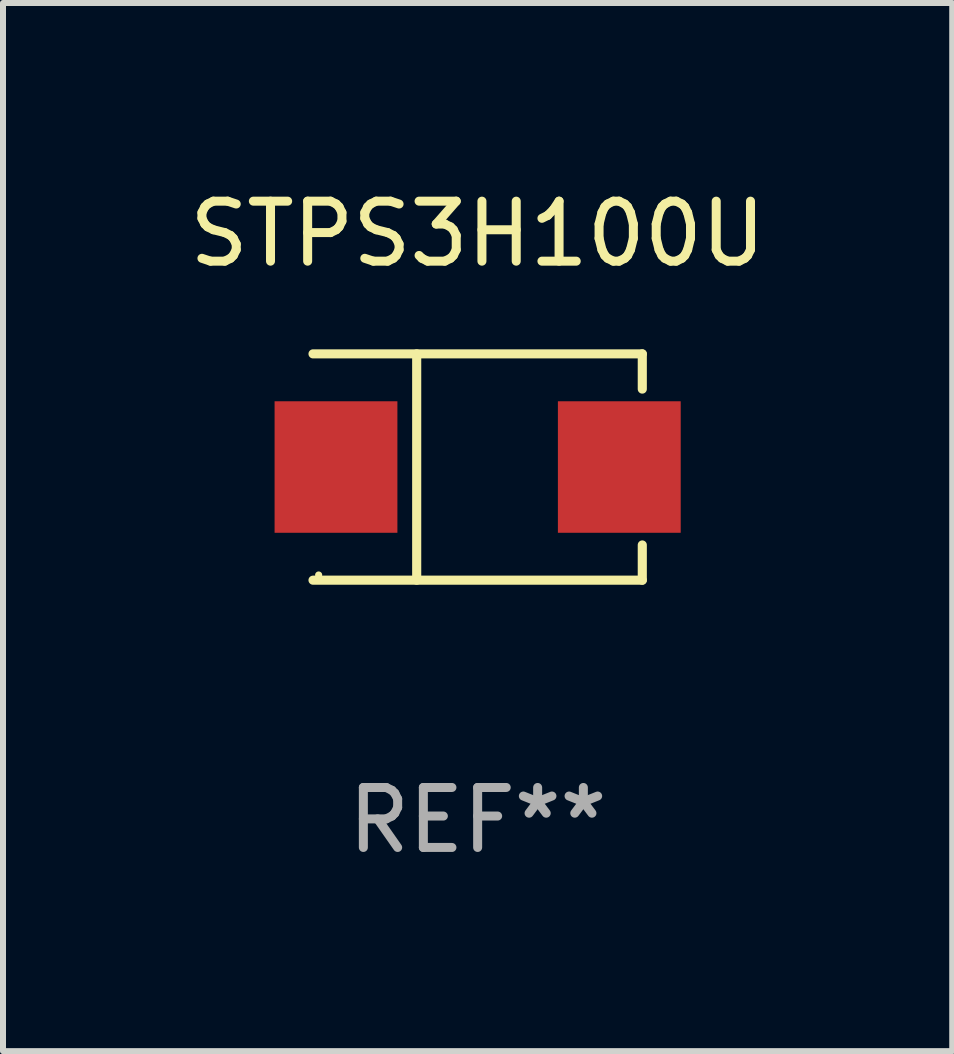
<source format=kicad_pcb>
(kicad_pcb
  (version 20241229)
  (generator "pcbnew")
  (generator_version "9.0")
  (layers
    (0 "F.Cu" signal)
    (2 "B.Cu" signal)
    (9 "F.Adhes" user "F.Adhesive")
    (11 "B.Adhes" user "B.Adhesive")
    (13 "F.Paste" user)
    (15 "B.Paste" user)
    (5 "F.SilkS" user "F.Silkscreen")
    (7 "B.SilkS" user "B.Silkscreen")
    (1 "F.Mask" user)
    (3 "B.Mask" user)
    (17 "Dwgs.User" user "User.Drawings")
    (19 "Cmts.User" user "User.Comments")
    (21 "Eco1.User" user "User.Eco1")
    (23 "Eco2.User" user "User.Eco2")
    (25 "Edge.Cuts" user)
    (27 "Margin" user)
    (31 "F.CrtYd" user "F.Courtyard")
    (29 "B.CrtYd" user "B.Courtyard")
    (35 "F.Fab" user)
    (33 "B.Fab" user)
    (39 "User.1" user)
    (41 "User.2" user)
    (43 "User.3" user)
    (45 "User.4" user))
  (footprint "STPS3H100U"
    (layer "F.Cu")
    (at 4.911 4.734)
    (property "Reference" "STPS3H100U" (at 0 -3.886 0) (layer "F.SilkS") (effects (font (size 1 1) (thickness 0.15))))
    (attr through_hole)
    (fp_line (start -2.744 -1.886) (end 2.744 -1.886) (stroke (width 0.152) (type solid)) (layer "F.SilkS"))
    (fp_line (start -2.744 1.886) (end 2.744 1.886) (stroke (width 0.152) (type solid)) (layer "F.SilkS"))
    (fp_line (start -1.016 -1.886) (end -1.016 1.886) (stroke (width 0.152) (type solid)) (layer "F.SilkS"))
    (fp_line (start 2.744 -1.886) (end 2.744 -1.299) (stroke (width 0.152) (type solid)) (layer "F.SilkS"))
    (fp_line (start 2.744 1.886) (end 2.744 1.299) (stroke (width 0.152) (type solid)) (layer "F.SilkS"))
    (fp_circle (center -2.65 1.8) (end -2.62 1.8) (stroke (width 0.06) (type solid)) (fill no) (layer "F.SilkS"))
    (fp_text user "REF**" (at 0 5.886 0) (layer "F.Fab") (effects (font (size 1 1) (thickness 0.15))))
    (pad "1" smd rect (at -2.361 0) (size 2.047 2.192) (layers "F.Cu" "F.Mask" "F.Paste"))
    (pad "2" smd rect (at 2.361 0) (size 2.047 2.192) (layers "F.Cu" "F.Mask" "F.Paste")))
  (gr_rect
    (start -3 -3)
    (end 12.821 14.469)
    (stroke (width 0.1) (type default))
    (fill no)
    (layer "Edge.Cuts")))
</source>
